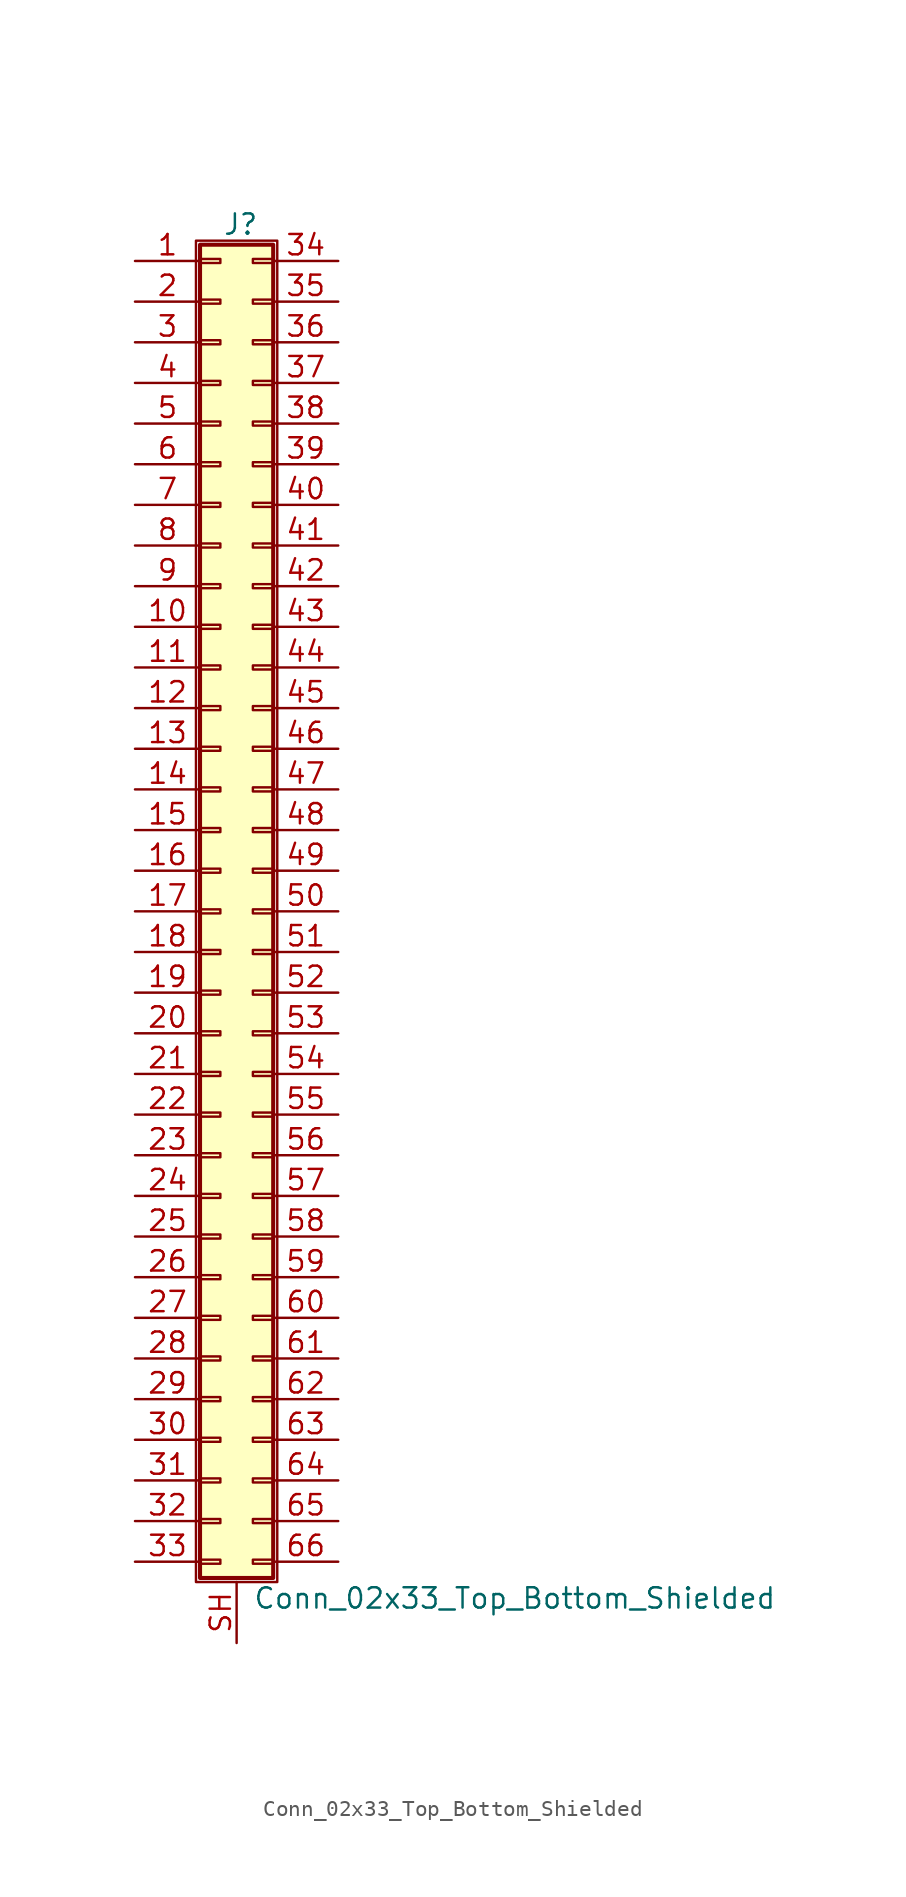
<source format=kicad_sym>
(kicad_symbol_lib
  (version 20211014)
  (generator kicad_symbol_editor)
  (symbol "Conn_02x33_Top_Bottom_Shielded"
    (pin_names
      (offset 1.016) hide)
    (property "Reference" "J"
      (at 1.524 42.926 0)
      (effects (font (size 1.27 1.27))))
    (property "Value" "Conn_02x33_Top_Bottom_Shielded"
      (at 2.286 -42.926 0)
      (effects (font (size 1.27 1.27)) (justify left)))
    (symbol "Conn_02x33_Top_Bottom_Shielded_1_1"
      (rectangle (start -1.27 41.91) (end 3.81 -41.91) (stroke (width 0.152) (type default) (color 0 0 0 0)) (fill (type none)))
      (rectangle (start -1.016 -40.513) (end 0.254 -40.767) (stroke (width 0.152) (type default) (color 0 0 0 0)) (fill (type none)))
      (rectangle (start -1.016 -37.973) (end 0.254 -38.227) (stroke (width 0.152) (type default) (color 0 0 0 0)) (fill (type none)))
      (rectangle (start -1.016 -35.433) (end 0.254 -35.687) (stroke (width 0.152) (type default) (color 0 0 0 0)) (fill (type none)))
      (rectangle (start -1.016 -32.893) (end 0.254 -33.147) (stroke (width 0.152) (type default) (color 0 0 0 0)) (fill (type none)))
      (rectangle (start -1.016 -30.353) (end 0.254 -30.607) (stroke (width 0.152) (type default) (color 0 0 0 0)) (fill (type none)))
      (rectangle (start -1.016 -27.813) (end 0.254 -28.067) (stroke (width 0.152) (type default) (color 0 0 0 0)) (fill (type none)))
      (rectangle (start -1.016 -25.273) (end 0.254 -25.527) (stroke (width 0.152) (type default) (color 0 0 0 0)) (fill (type none)))
      (rectangle (start -1.016 -22.733) (end 0.254 -22.987) (stroke (width 0.152) (type default) (color 0 0 0 0)) (fill (type none)))
      (rectangle (start -1.016 -20.193) (end 0.254 -20.447) (stroke (width 0.152) (type default) (color 0 0 0 0)) (fill (type none)))
      (rectangle (start -1.016 -17.653) (end 0.254 -17.907) (stroke (width 0.152) (type default) (color 0 0 0 0)) (fill (type none)))
      (rectangle (start -1.016 -15.113) (end 0.254 -15.367) (stroke (width 0.152) (type default) (color 0 0 0 0)) (fill (type none)))
      (rectangle (start -1.016 -12.573) (end 0.254 -12.827) (stroke (width 0.152) (type default) (color 0 0 0 0)) (fill (type none)))
      (rectangle (start -1.016 -10.033) (end 0.254 -10.287) (stroke (width 0.152) (type default) (color 0 0 0 0)) (fill (type none)))
      (rectangle (start -1.016 -7.493) (end 0.254 -7.747) (stroke (width 0.152) (type default) (color 0 0 0 0)) (fill (type none)))
      (rectangle (start -1.016 -4.953) (end 0.254 -5.207) (stroke (width 0.152) (type default) (color 0 0 0 0)) (fill (type none)))
      (rectangle (start -1.016 -2.413) (end 0.254 -2.667) (stroke (width 0.152) (type default) (color 0 0 0 0)) (fill (type none)))
      (rectangle (start -1.016 0.127) (end 0.254 -0.127) (stroke (width 0.152) (type default) (color 0 0 0 0)) (fill (type none)))
      (rectangle (start -1.016 2.667) (end 0.254 2.413) (stroke (width 0.152) (type default) (color 0 0 0 0)) (fill (type none)))
      (rectangle (start -1.016 5.207) (end 0.254 4.953) (stroke (width 0.152) (type default) (color 0 0 0 0)) (fill (type none)))
      (rectangle (start -1.016 7.747) (end 0.254 7.493) (stroke (width 0.152) (type default) (color 0 0 0 0)) (fill (type none)))
      (rectangle (start -1.016 10.287) (end 0.254 10.033) (stroke (width 0.152) (type default) (color 0 0 0 0)) (fill (type none)))
      (rectangle (start -1.016 12.827) (end 0.254 12.573) (stroke (width 0.152) (type default) (color 0 0 0 0)) (fill (type none)))
      (rectangle (start -1.016 15.367) (end 0.254 15.113) (stroke (width 0.152) (type default) (color 0 0 0 0)) (fill (type none)))
      (rectangle (start -1.016 17.907) (end 0.254 17.653) (stroke (width 0.152) (type default) (color 0 0 0 0)) (fill (type none)))
      (rectangle (start -1.016 20.447) (end 0.254 20.193) (stroke (width 0.152) (type default) (color 0 0 0 0)) (fill (type none)))
      (rectangle (start -1.016 22.987) (end 0.254 22.733) (stroke (width 0.152) (type default) (color 0 0 0 0)) (fill (type none)))
      (rectangle (start -1.016 25.527) (end 0.254 25.273) (stroke (width 0.152) (type default) (color 0 0 0 0)) (fill (type none)))
      (rectangle (start -1.016 28.067) (end 0.254 27.813) (stroke (width 0.152) (type default) (color 0 0 0 0)) (fill (type none)))
      (rectangle (start -1.016 30.607) (end 0.254 30.353) (stroke (width 0.152) (type default) (color 0 0 0 0)) (fill (type none)))
      (rectangle (start -1.016 33.147) (end 0.254 32.893) (stroke (width 0.152) (type default) (color 0 0 0 0)) (fill (type none)))
      (rectangle (start -1.016 35.687) (end 0.254 35.433) (stroke (width 0.152) (type default) (color 0 0 0 0)) (fill (type none)))
      (rectangle (start -1.016 38.227) (end 0.254 37.973) (stroke (width 0.152) (type default) (color 0 0 0 0)) (fill (type none)))
      (rectangle (start -1.016 40.767) (end 0.254 40.513) (stroke (width 0.152) (type default) (color 0 0 0 0)) (fill (type none)))
      (rectangle (start -1.016 41.656) (end 3.556 -41.656) (stroke (width 0.254) (type default) (color 0 0 0 0)) (fill (type background)))
      (rectangle (start 3.556 -40.513) (end 2.286 -40.767) (stroke (width 0.152) (type default) (color 0 0 0 0)) (fill (type none)))
      (rectangle (start 3.556 -37.973) (end 2.286 -38.227) (stroke (width 0.152) (type default) (color 0 0 0 0)) (fill (type none)))
      (rectangle (start 3.556 -35.433) (end 2.286 -35.687) (stroke (width 0.152) (type default) (color 0 0 0 0)) (fill (type none)))
      (rectangle (start 3.556 -32.893) (end 2.286 -33.147) (stroke (width 0.152) (type default) (color 0 0 0 0)) (fill (type none)))
      (rectangle (start 3.556 -30.353) (end 2.286 -30.607) (stroke (width 0.152) (type default) (color 0 0 0 0)) (fill (type none)))
      (rectangle (start 3.556 -27.813) (end 2.286 -28.067) (stroke (width 0.152) (type default) (color 0 0 0 0)) (fill (type none)))
      (rectangle (start 3.556 -25.273) (end 2.286 -25.527) (stroke (width 0.152) (type default) (color 0 0 0 0)) (fill (type none)))
      (rectangle (start 3.556 -22.733) (end 2.286 -22.987) (stroke (width 0.152) (type default) (color 0 0 0 0)) (fill (type none)))
      (rectangle (start 3.556 -20.193) (end 2.286 -20.447) (stroke (width 0.152) (type default) (color 0 0 0 0)) (fill (type none)))
      (rectangle (start 3.556 -17.653) (end 2.286 -17.907) (stroke (width 0.152) (type default) (color 0 0 0 0)) (fill (type none)))
      (rectangle (start 3.556 -15.113) (end 2.286 -15.367) (stroke (width 0.152) (type default) (color 0 0 0 0)) (fill (type none)))
      (rectangle (start 3.556 -12.573) (end 2.286 -12.827) (stroke (width 0.152) (type default) (color 0 0 0 0)) (fill (type none)))
      (rectangle (start 3.556 -10.033) (end 2.286 -10.287) (stroke (width 0.152) (type default) (color 0 0 0 0)) (fill (type none)))
      (rectangle (start 3.556 -7.493) (end 2.286 -7.747) (stroke (width 0.152) (type default) (color 0 0 0 0)) (fill (type none)))
      (rectangle (start 3.556 -4.953) (end 2.286 -5.207) (stroke (width 0.152) (type default) (color 0 0 0 0)) (fill (type none)))
      (rectangle (start 3.556 -2.413) (end 2.286 -2.667) (stroke (width 0.152) (type default) (color 0 0 0 0)) (fill (type none)))
      (rectangle (start 3.556 0.127) (end 2.286 -0.127) (stroke (width 0.152) (type default) (color 0 0 0 0)) (fill (type none)))
      (rectangle (start 3.556 2.667) (end 2.286 2.413) (stroke (width 0.152) (type default) (color 0 0 0 0)) (fill (type none)))
      (rectangle (start 3.556 5.207) (end 2.286 4.953) (stroke (width 0.152) (type default) (color 0 0 0 0)) (fill (type none)))
      (rectangle (start 3.556 7.747) (end 2.286 7.493) (stroke (width 0.152) (type default) (color 0 0 0 0)) (fill (type none)))
      (rectangle (start 3.556 10.287) (end 2.286 10.033) (stroke (width 0.152) (type default) (color 0 0 0 0)) (fill (type none)))
      (rectangle (start 3.556 12.827) (end 2.286 12.573) (stroke (width 0.152) (type default) (color 0 0 0 0)) (fill (type none)))
      (rectangle (start 3.556 15.367) (end 2.286 15.113) (stroke (width 0.152) (type default) (color 0 0 0 0)) (fill (type none)))
      (rectangle (start 3.556 17.907) (end 2.286 17.653) (stroke (width 0.152) (type default) (color 0 0 0 0)) (fill (type none)))
      (rectangle (start 3.556 20.447) (end 2.286 20.193) (stroke (width 0.152) (type default) (color 0 0 0 0)) (fill (type none)))
      (rectangle (start 3.556 22.987) (end 2.286 22.733) (stroke (width 0.152) (type default) (color 0 0 0 0)) (fill (type none)))
      (rectangle (start 3.556 25.527) (end 2.286 25.273) (stroke (width 0.152) (type default) (color 0 0 0 0)) (fill (type none)))
      (rectangle (start 3.556 28.067) (end 2.286 27.813) (stroke (width 0.152) (type default) (color 0 0 0 0)) (fill (type none)))
      (rectangle (start 3.556 30.607) (end 2.286 30.353) (stroke (width 0.152) (type default) (color 0 0 0 0)) (fill (type none)))
      (rectangle (start 3.556 33.147) (end 2.286 32.893) (stroke (width 0.152) (type default) (color 0 0 0 0)) (fill (type none)))
      (rectangle (start 3.556 35.687) (end 2.286 35.433) (stroke (width 0.152) (type default) (color 0 0 0 0)) (fill (type none)))
      (rectangle (start 3.556 38.227) (end 2.286 37.973) (stroke (width 0.152) (type default) (color 0 0 0 0)) (fill (type none)))
      (rectangle (start 3.556 40.767) (end 2.286 40.513) (stroke (width 0.152) (type default) (color 0 0 0 0)) (fill (type none)))
      (pin passive line (at -5.08 40.64 0) (length 4.064) (name "Pin_1" (effects (font (size 1.27 1.27)))) (number "1" (effects (font (size 1.27 1.27)))))
      (pin passive line (at -5.08 17.78 0) (length 4.064) (name "Pin_10" (effects (font (size 1.27 1.27)))) (number "10" (effects (font (size 1.27 1.27)))))
      (pin passive line (at -5.08 15.24 0) (length 4.064) (name "Pin_11" (effects (font (size 1.27 1.27)))) (number "11" (effects (font (size 1.27 1.27)))))
      (pin passive line (at -5.08 12.7 0) (length 4.064) (name "Pin_12" (effects (font (size 1.27 1.27)))) (number "12" (effects (font (size 1.27 1.27)))))
      (pin passive line (at -5.08 10.16 0) (length 4.064) (name "Pin_13" (effects (font (size 1.27 1.27)))) (number "13" (effects (font (size 1.27 1.27)))))
      (pin passive line (at -5.08 7.62 0) (length 4.064) (name "Pin_14" (effects (font (size 1.27 1.27)))) (number "14" (effects (font (size 1.27 1.27)))))
      (pin passive line (at -5.08 5.08 0) (length 4.064) (name "Pin_15" (effects (font (size 1.27 1.27)))) (number "15" (effects (font (size 1.27 1.27)))))
      (pin passive line (at -5.08 2.54 0) (length 4.064) (name "Pin_16" (effects (font (size 1.27 1.27)))) (number "16" (effects (font (size 1.27 1.27)))))
      (pin passive line (at -5.08 0 0) (length 4.064) (name "Pin_17" (effects (font (size 1.27 1.27)))) (number "17" (effects (font (size 1.27 1.27)))))
      (pin passive line (at -5.08 -2.54 0) (length 4.064) (name "Pin_18" (effects (font (size 1.27 1.27)))) (number "18" (effects (font (size 1.27 1.27)))))
      (pin passive line (at -5.08 -5.08 0) (length 4.064) (name "Pin_19" (effects (font (size 1.27 1.27)))) (number "19" (effects (font (size 1.27 1.27)))))
      (pin passive line (at -5.08 38.1 0) (length 4.064) (name "Pin_2" (effects (font (size 1.27 1.27)))) (number "2" (effects (font (size 1.27 1.27)))))
      (pin passive line (at -5.08 -7.62 0) (length 4.064) (name "Pin_20" (effects (font (size 1.27 1.27)))) (number "20" (effects (font (size 1.27 1.27)))))
      (pin passive line (at -5.08 -10.16 0) (length 4.064) (name "Pin_21" (effects (font (size 1.27 1.27)))) (number "21" (effects (font (size 1.27 1.27)))))
      (pin passive line (at -5.08 -12.7 0) (length 4.064) (name "Pin_22" (effects (font (size 1.27 1.27)))) (number "22" (effects (font (size 1.27 1.27)))))
      (pin passive line (at -5.08 -15.24 0) (length 4.064) (name "Pin_23" (effects (font (size 1.27 1.27)))) (number "23" (effects (font (size 1.27 1.27)))))
      (pin passive line (at -5.08 -17.78 0) (length 4.064) (name "Pin_24" (effects (font (size 1.27 1.27)))) (number "24" (effects (font (size 1.27 1.27)))))
      (pin passive line (at -5.08 -20.32 0) (length 4.064) (name "Pin_25" (effects (font (size 1.27 1.27)))) (number "25" (effects (font (size 1.27 1.27)))))
      (pin passive line (at -5.08 -22.86 0) (length 4.064) (name "Pin_26" (effects (font (size 1.27 1.27)))) (number "26" (effects (font (size 1.27 1.27)))))
      (pin passive line (at -5.08 -25.4 0) (length 4.064) (name "Pin_27" (effects (font (size 1.27 1.27)))) (number "27" (effects (font (size 1.27 1.27)))))
      (pin passive line (at -5.08 -27.94 0) (length 4.064) (name "Pin_28" (effects (font (size 1.27 1.27)))) (number "28" (effects (font (size 1.27 1.27)))))
      (pin passive line (at -5.08 -30.48 0) (length 4.064) (name "Pin_29" (effects (font (size 1.27 1.27)))) (number "29" (effects (font (size 1.27 1.27)))))
      (pin passive line (at -5.08 35.56 0) (length 4.064) (name "Pin_3" (effects (font (size 1.27 1.27)))) (number "3" (effects (font (size 1.27 1.27)))))
      (pin passive line (at -5.08 -33.02 0) (length 4.064) (name "Pin_30" (effects (font (size 1.27 1.27)))) (number "30" (effects (font (size 1.27 1.27)))))
      (pin passive line (at -5.08 -35.56 0) (length 4.064) (name "Pin_31" (effects (font (size 1.27 1.27)))) (number "31" (effects (font (size 1.27 1.27)))))
      (pin passive line (at -5.08 -38.1 0) (length 4.064) (name "Pin_32" (effects (font (size 1.27 1.27)))) (number "32" (effects (font (size 1.27 1.27)))))
      (pin passive line (at -5.08 -40.64 0) (length 4.064) (name "Pin_33" (effects (font (size 1.27 1.27)))) (number "33" (effects (font (size 1.27 1.27)))))
      (pin passive line (at 7.62 40.64 180) (length 4.064) (name "Pin_34" (effects (font (size 1.27 1.27)))) (number "34" (effects (font (size 1.27 1.27)))))
      (pin passive line (at 7.62 38.1 180) (length 4.064) (name "Pin_35" (effects (font (size 1.27 1.27)))) (number "35" (effects (font (size 1.27 1.27)))))
      (pin passive line (at 7.62 35.56 180) (length 4.064) (name "Pin_36" (effects (font (size 1.27 1.27)))) (number "36" (effects (font (size 1.27 1.27)))))
      (pin passive line (at 7.62 33.02 180) (length 4.064) (name "Pin_37" (effects (font (size 1.27 1.27)))) (number "37" (effects (font (size 1.27 1.27)))))
      (pin passive line (at 7.62 30.48 180) (length 4.064) (name "Pin_38" (effects (font (size 1.27 1.27)))) (number "38" (effects (font (size 1.27 1.27)))))
      (pin passive line (at 7.62 27.94 180) (length 4.064) (name "Pin_39" (effects (font (size 1.27 1.27)))) (number "39" (effects (font (size 1.27 1.27)))))
      (pin passive line (at -5.08 33.02 0) (length 4.064) (name "Pin_4" (effects (font (size 1.27 1.27)))) (number "4" (effects (font (size 1.27 1.27)))))
      (pin passive line (at 7.62 25.4 180) (length 4.064) (name "Pin_40" (effects (font (size 1.27 1.27)))) (number "40" (effects (font (size 1.27 1.27)))))
      (pin passive line (at 7.62 22.86 180) (length 4.064) (name "Pin_41" (effects (font (size 1.27 1.27)))) (number "41" (effects (font (size 1.27 1.27)))))
      (pin passive line (at 7.62 20.32 180) (length 4.064) (name "Pin_42" (effects (font (size 1.27 1.27)))) (number "42" (effects (font (size 1.27 1.27)))))
      (pin passive line (at 7.62 17.78 180) (length 4.064) (name "Pin_43" (effects (font (size 1.27 1.27)))) (number "43" (effects (font (size 1.27 1.27)))))
      (pin passive line (at 7.62 15.24 180) (length 4.064) (name "Pin_44" (effects (font (size 1.27 1.27)))) (number "44" (effects (font (size 1.27 1.27)))))
      (pin passive line (at 7.62 12.7 180) (length 4.064) (name "Pin_45" (effects (font (size 1.27 1.27)))) (number "45" (effects (font (size 1.27 1.27)))))
      (pin passive line (at 7.62 10.16 180) (length 4.064) (name "Pin_46" (effects (font (size 1.27 1.27)))) (number "46" (effects (font (size 1.27 1.27)))))
      (pin passive line (at 7.62 7.62 180) (length 4.064) (name "Pin_47" (effects (font (size 1.27 1.27)))) (number "47" (effects (font (size 1.27 1.27)))))
      (pin passive line (at 7.62 5.08 180) (length 4.064) (name "Pin_48" (effects (font (size 1.27 1.27)))) (number "48" (effects (font (size 1.27 1.27)))))
      (pin passive line (at 7.62 2.54 180) (length 4.064) (name "Pin_49" (effects (font (size 1.27 1.27)))) (number "49" (effects (font (size 1.27 1.27)))))
      (pin passive line (at -5.08 30.48 0) (length 4.064) (name "Pin_5" (effects (font (size 1.27 1.27)))) (number "5" (effects (font (size 1.27 1.27)))))
      (pin passive line (at 7.62 0 180) (length 4.064) (name "Pin_50" (effects (font (size 1.27 1.27)))) (number "50" (effects (font (size 1.27 1.27)))))
      (pin passive line (at 7.62 -2.54 180) (length 4.064) (name "Pin_51" (effects (font (size 1.27 1.27)))) (number "51" (effects (font (size 1.27 1.27)))))
      (pin passive line (at 7.62 -5.08 180) (length 4.064) (name "Pin_52" (effects (font (size 1.27 1.27)))) (number "52" (effects (font (size 1.27 1.27)))))
      (pin passive line (at 7.62 -7.62 180) (length 4.064) (name "Pin_53" (effects (font (size 1.27 1.27)))) (number "53" (effects (font (size 1.27 1.27)))))
      (pin passive line (at 7.62 -10.16 180) (length 4.064) (name "Pin_54" (effects (font (size 1.27 1.27)))) (number "54" (effects (font (size 1.27 1.27)))))
      (pin passive line (at 7.62 -12.7 180) (length 4.064) (name "Pin_55" (effects (font (size 1.27 1.27)))) (number "55" (effects (font (size 1.27 1.27)))))
      (pin passive line (at 7.62 -15.24 180) (length 4.064) (name "Pin_56" (effects (font (size 1.27 1.27)))) (number "56" (effects (font (size 1.27 1.27)))))
      (pin passive line (at 7.62 -17.78 180) (length 4.064) (name "Pin_57" (effects (font (size 1.27 1.27)))) (number "57" (effects (font (size 1.27 1.27)))))
      (pin passive line (at 7.62 -20.32 180) (length 4.064) (name "Pin_58" (effects (font (size 1.27 1.27)))) (number "58" (effects (font (size 1.27 1.27)))))
      (pin passive line (at 7.62 -22.86 180) (length 4.064) (name "Pin_59" (effects (font (size 1.27 1.27)))) (number "59" (effects (font (size 1.27 1.27)))))
      (pin passive line (at -5.08 27.94 0) (length 4.064) (name "Pin_6" (effects (font (size 1.27 1.27)))) (number "6" (effects (font (size 1.27 1.27)))))
      (pin passive line (at 7.62 -25.4 180) (length 4.064) (name "Pin_60" (effects (font (size 1.27 1.27)))) (number "60" (effects (font (size 1.27 1.27)))))
      (pin passive line (at 7.62 -27.94 180) (length 4.064) (name "Pin_61" (effects (font (size 1.27 1.27)))) (number "61" (effects (font (size 1.27 1.27)))))
      (pin passive line (at 7.62 -30.48 180) (length 4.064) (name "Pin_62" (effects (font (size 1.27 1.27)))) (number "62" (effects (font (size 1.27 1.27)))))
      (pin passive line (at 7.62 -33.02 180) (length 4.064) (name "Pin_63" (effects (font (size 1.27 1.27)))) (number "63" (effects (font (size 1.27 1.27)))))
      (pin passive line (at 7.62 -35.56 180) (length 4.064) (name "Pin_64" (effects (font (size 1.27 1.27)))) (number "64" (effects (font (size 1.27 1.27)))))
      (pin passive line (at 7.62 -38.1 180) (length 4.064) (name "Pin_65" (effects (font (size 1.27 1.27)))) (number "65" (effects (font (size 1.27 1.27)))))
      (pin passive line (at 7.62 -40.64 180) (length 4.064) (name "Pin_66" (effects (font (size 1.27 1.27)))) (number "66" (effects (font (size 1.27 1.27)))))
      (pin passive line (at -5.08 25.4 0) (length 4.064) (name "Pin_7" (effects (font (size 1.27 1.27)))) (number "7" (effects (font (size 1.27 1.27)))))
      (pin passive line (at -5.08 22.86 0) (length 4.064) (name "Pin_8" (effects (font (size 1.27 1.27)))) (number "8" (effects (font (size 1.27 1.27)))))
      (pin passive line (at -5.08 20.32 0) (length 4.064) (name "Pin_9" (effects (font (size 1.27 1.27)))) (number "9" (effects (font (size 1.27 1.27)))))
      (pin passive line (at 1.27 -45.72 90) (length 3.81) (name "Shield" (effects (font (size 1.27 1.27)))) (number "SH" (effects (font (size 1.27 1.27))))))))
</source>
